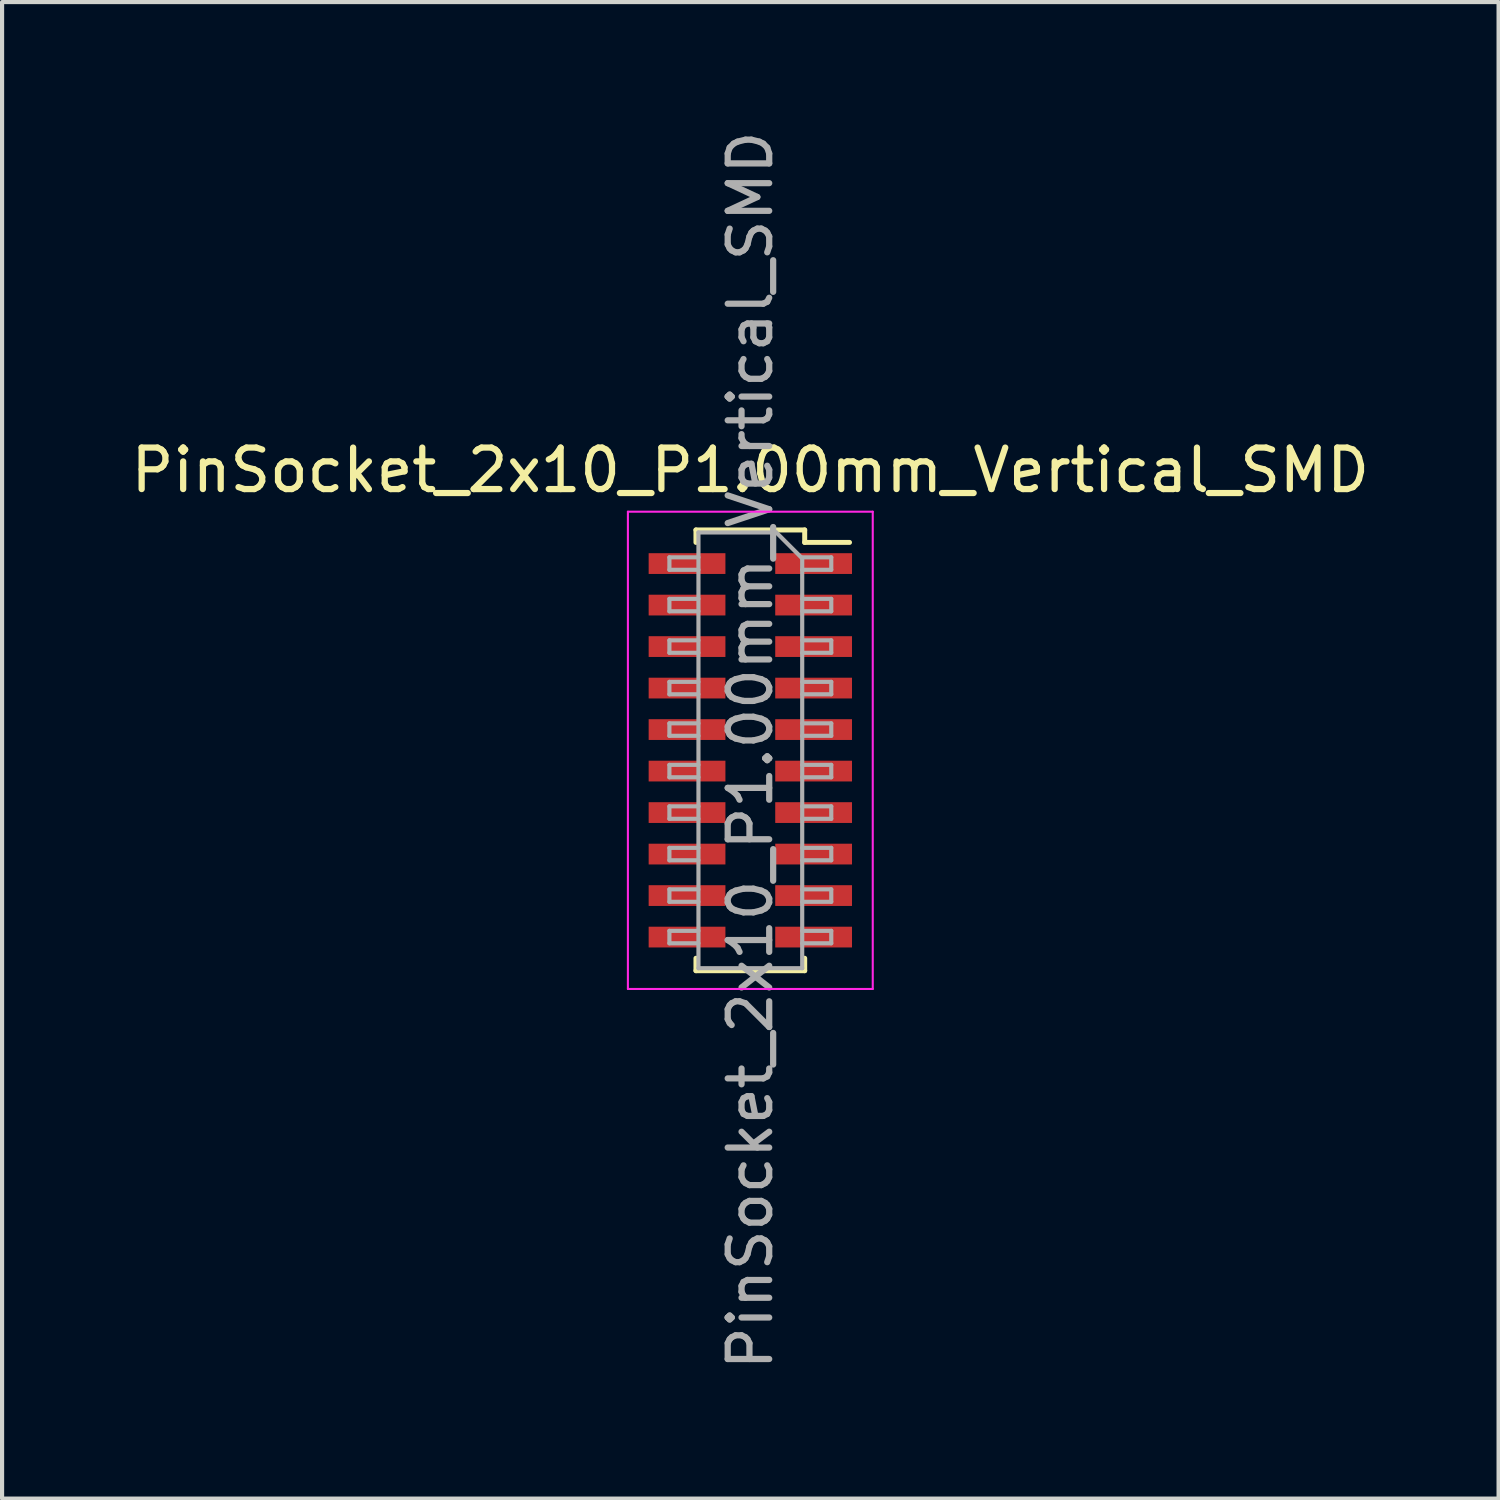
<source format=kicad_pcb>
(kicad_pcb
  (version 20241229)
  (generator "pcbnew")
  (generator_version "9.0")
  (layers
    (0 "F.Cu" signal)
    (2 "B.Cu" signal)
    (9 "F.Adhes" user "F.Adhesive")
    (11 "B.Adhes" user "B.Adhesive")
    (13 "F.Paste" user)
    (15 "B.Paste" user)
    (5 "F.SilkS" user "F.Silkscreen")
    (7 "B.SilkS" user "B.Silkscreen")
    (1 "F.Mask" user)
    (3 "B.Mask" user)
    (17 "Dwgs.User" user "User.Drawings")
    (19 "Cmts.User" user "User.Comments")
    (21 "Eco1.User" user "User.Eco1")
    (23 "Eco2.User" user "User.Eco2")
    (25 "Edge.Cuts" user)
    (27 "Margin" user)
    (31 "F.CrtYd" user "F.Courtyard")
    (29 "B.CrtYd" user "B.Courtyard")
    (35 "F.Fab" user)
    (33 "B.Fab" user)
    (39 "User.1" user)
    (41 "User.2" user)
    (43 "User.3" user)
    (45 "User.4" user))
  (footprint "PinSocket_2x10_P1.00mm_Vertical_SMD"
    (layer "F.Cu")
    (at 15.03 15.03)
    (property "Reference" "PinSocket_2x10_P1.00mm_Vertical_SMD" (at 0 -6.75 0) (layer "F.SilkS") (effects (font (size 1 1) (thickness 0.15))))
    (attr smd)
    (fp_line (start -1.31 -5.31) (end -1.31 -5.01) (stroke (width 0.12) (type solid)) (layer "F.SilkS"))
    (fp_line (start -1.31 -5.31) (end 1.31 -5.31) (stroke (width 0.12) (type solid)) (layer "F.SilkS"))
    (fp_line (start -1.31 5.01) (end -1.31 5.31) (stroke (width 0.12) (type solid)) (layer "F.SilkS"))
    (fp_line (start -1.31 5.31) (end 1.31 5.31) (stroke (width 0.12) (type solid)) (layer "F.SilkS"))
    (fp_line (start 1.31 -5.31) (end 1.31 -5.01) (stroke (width 0.12) (type solid)) (layer "F.SilkS"))
    (fp_line (start 1.31 -5.01) (end 2.39 -5.01) (stroke (width 0.12) (type solid)) (layer "F.SilkS"))
    (fp_line (start 1.31 5.01) (end 1.31 5.31) (stroke (width 0.12) (type solid)) (layer "F.SilkS"))
    (fp_line (start -2.95 -5.75) (end 2.95 -5.75) (stroke (width 0.05) (type solid)) (layer "F.CrtYd"))
    (fp_line (start -2.95 5.75) (end -2.95 -5.75) (stroke (width 0.05) (type solid)) (layer "F.CrtYd"))
    (fp_line (start 2.95 -5.75) (end 2.95 5.75) (stroke (width 0.05) (type solid)) (layer "F.CrtYd"))
    (fp_line (start 2.95 5.75) (end -2.95 5.75) (stroke (width 0.05) (type solid)) (layer "F.CrtYd"))
    (fp_line (start -1.95 -4.65) (end -1.25 -4.65) (stroke (width 0.1) (type solid)) (layer "F.Fab"))
    (fp_line (start -1.95 -4.35) (end -1.95 -4.65) (stroke (width 0.1) (type solid)) (layer "F.Fab"))
    (fp_line (start -1.95 -3.65) (end -1.25 -3.65) (stroke (width 0.1) (type solid)) (layer "F.Fab"))
    (fp_line (start -1.95 -3.35) (end -1.95 -3.65) (stroke (width 0.1) (type solid)) (layer "F.Fab"))
    (fp_line (start -1.95 -2.65) (end -1.25 -2.65) (stroke (width 0.1) (type solid)) (layer "F.Fab"))
    (fp_line (start -1.95 -2.35) (end -1.95 -2.65) (stroke (width 0.1) (type solid)) (layer "F.Fab"))
    (fp_line (start -1.95 -1.65) (end -1.25 -1.65) (stroke (width 0.1) (type solid)) (layer "F.Fab"))
    (fp_line (start -1.95 -1.35) (end -1.95 -1.65) (stroke (width 0.1) (type solid)) (layer "F.Fab"))
    (fp_line (start -1.95 -0.65) (end -1.25 -0.65) (stroke (width 0.1) (type solid)) (layer "F.Fab"))
    (fp_line (start -1.95 -0.35) (end -1.95 -0.65) (stroke (width 0.1) (type solid)) (layer "F.Fab"))
    (fp_line (start -1.95 0.35) (end -1.25 0.35) (stroke (width 0.1) (type solid)) (layer "F.Fab"))
    (fp_line (start -1.95 0.65) (end -1.95 0.35) (stroke (width 0.1) (type solid)) (layer "F.Fab"))
    (fp_line (start -1.95 1.35) (end -1.25 1.35) (stroke (width 0.1) (type solid)) (layer "F.Fab"))
    (fp_line (start -1.95 1.65) (end -1.95 1.35) (stroke (width 0.1) (type solid)) (layer "F.Fab"))
    (fp_line (start -1.95 2.35) (end -1.25 2.35) (stroke (width 0.1) (type solid)) (layer "F.Fab"))
    (fp_line (start -1.95 2.65) (end -1.95 2.35) (stroke (width 0.1) (type solid)) (layer "F.Fab"))
    (fp_line (start -1.95 3.35) (end -1.25 3.35) (stroke (width 0.1) (type solid)) (layer "F.Fab"))
    (fp_line (start -1.95 3.65) (end -1.95 3.35) (stroke (width 0.1) (type solid)) (layer "F.Fab"))
    (fp_line (start -1.95 4.35) (end -1.25 4.35) (stroke (width 0.1) (type solid)) (layer "F.Fab"))
    (fp_line (start -1.95 4.65) (end -1.95 4.35) (stroke (width 0.1) (type solid)) (layer "F.Fab"))
    (fp_line (start -1.25 -5.25) (end 0.625 -5.25) (stroke (width 0.1) (type solid)) (layer "F.Fab"))
    (fp_line (start -1.25 -4.35) (end -1.95 -4.35) (stroke (width 0.1) (type solid)) (layer "F.Fab"))
    (fp_line (start -1.25 -3.35) (end -1.95 -3.35) (stroke (width 0.1) (type solid)) (layer "F.Fab"))
    (fp_line (start -1.25 -2.35) (end -1.95 -2.35) (stroke (width 0.1) (type solid)) (layer "F.Fab"))
    (fp_line (start -1.25 -1.35) (end -1.95 -1.35) (stroke (width 0.1) (type solid)) (layer "F.Fab"))
    (fp_line (start -1.25 -0.35) (end -1.95 -0.35) (stroke (width 0.1) (type solid)) (layer "F.Fab"))
    (fp_line (start -1.25 0.65) (end -1.95 0.65) (stroke (width 0.1) (type solid)) (layer "F.Fab"))
    (fp_line (start -1.25 1.65) (end -1.95 1.65) (stroke (width 0.1) (type solid)) (layer "F.Fab"))
    (fp_line (start -1.25 2.65) (end -1.95 2.65) (stroke (width 0.1) (type solid)) (layer "F.Fab"))
    (fp_line (start -1.25 3.65) (end -1.95 3.65) (stroke (width 0.1) (type solid)) (layer "F.Fab"))
    (fp_line (start -1.25 4.65) (end -1.95 4.65) (stroke (width 0.1) (type solid)) (layer "F.Fab"))
    (fp_line (start -1.25 5.25) (end -1.25 -5.25) (stroke (width 0.1) (type solid)) (layer "F.Fab"))
    (fp_line (start 0.625 -5.25) (end 1.25 -4.625) (stroke (width 0.1) (type solid)) (layer "F.Fab"))
    (fp_line (start 1.25 -4.65) (end 1.95 -4.65) (stroke (width 0.1) (type solid)) (layer "F.Fab"))
    (fp_line (start 1.25 -4.625) (end 1.25 5.25) (stroke (width 0.1) (type solid)) (layer "F.Fab"))
    (fp_line (start 1.25 -3.65) (end 1.95 -3.65) (stroke (width 0.1) (type solid)) (layer "F.Fab"))
    (fp_line (start 1.25 -2.65) (end 1.95 -2.65) (stroke (width 0.1) (type solid)) (layer "F.Fab"))
    (fp_line (start 1.25 -1.65) (end 1.95 -1.65) (stroke (width 0.1) (type solid)) (layer "F.Fab"))
    (fp_line (start 1.25 -0.65) (end 1.95 -0.65) (stroke (width 0.1) (type solid)) (layer "F.Fab"))
    (fp_line (start 1.25 0.35) (end 1.95 0.35) (stroke (width 0.1) (type solid)) (layer "F.Fab"))
    (fp_line (start 1.25 1.35) (end 1.95 1.35) (stroke (width 0.1) (type solid)) (layer "F.Fab"))
    (fp_line (start 1.25 2.35) (end 1.95 2.35) (stroke (width 0.1) (type solid)) (layer "F.Fab"))
    (fp_line (start 1.25 3.35) (end 1.95 3.35) (stroke (width 0.1) (type solid)) (layer "F.Fab"))
    (fp_line (start 1.25 4.35) (end 1.95 4.35) (stroke (width 0.1) (type solid)) (layer "F.Fab"))
    (fp_line (start 1.25 5.25) (end -1.25 5.25) (stroke (width 0.1) (type solid)) (layer "F.Fab"))
    (fp_line (start 1.95 -4.65) (end 1.95 -4.35) (stroke (width 0.1) (type solid)) (layer "F.Fab"))
    (fp_line (start 1.95 -4.35) (end 1.25 -4.35) (stroke (width 0.1) (type solid)) (layer "F.Fab"))
    (fp_line (start 1.95 -3.65) (end 1.95 -3.35) (stroke (width 0.1) (type solid)) (layer "F.Fab"))
    (fp_line (start 1.95 -3.35) (end 1.25 -3.35) (stroke (width 0.1) (type solid)) (layer "F.Fab"))
    (fp_line (start 1.95 -2.65) (end 1.95 -2.35) (stroke (width 0.1) (type solid)) (layer "F.Fab"))
    (fp_line (start 1.95 -2.35) (end 1.25 -2.35) (stroke (width 0.1) (type solid)) (layer "F.Fab"))
    (fp_line (start 1.95 -1.65) (end 1.95 -1.35) (stroke (width 0.1) (type solid)) (layer "F.Fab"))
    (fp_line (start 1.95 -1.35) (end 1.25 -1.35) (stroke (width 0.1) (type solid)) (layer "F.Fab"))
    (fp_line (start 1.95 -0.65) (end 1.95 -0.35) (stroke (width 0.1) (type solid)) (layer "F.Fab"))
    (fp_line (start 1.95 -0.35) (end 1.25 -0.35) (stroke (width 0.1) (type solid)) (layer "F.Fab"))
    (fp_line (start 1.95 0.35) (end 1.95 0.65) (stroke (width 0.1) (type solid)) (layer "F.Fab"))
    (fp_line (start 1.95 0.65) (end 1.25 0.65) (stroke (width 0.1) (type solid)) (layer "F.Fab"))
    (fp_line (start 1.95 1.35) (end 1.95 1.65) (stroke (width 0.1) (type solid)) (layer "F.Fab"))
    (fp_line (start 1.95 1.65) (end 1.25 1.65) (stroke (width 0.1) (type solid)) (layer "F.Fab"))
    (fp_line (start 1.95 2.35) (end 1.95 2.65) (stroke (width 0.1) (type solid)) (layer "F.Fab"))
    (fp_line (start 1.95 2.65) (end 1.25 2.65) (stroke (width 0.1) (type solid)) (layer "F.Fab"))
    (fp_line (start 1.95 3.35) (end 1.95 3.65) (stroke (width 0.1) (type solid)) (layer "F.Fab"))
    (fp_line (start 1.95 3.65) (end 1.25 3.65) (stroke (width 0.1) (type solid)) (layer "F.Fab"))
    (fp_line (start 1.95 4.35) (end 1.95 4.65) (stroke (width 0.1) (type solid)) (layer "F.Fab"))
    (fp_line (start 1.95 4.65) (end 1.25 4.65) (stroke (width 0.1) (type solid)) (layer "F.Fab"))
    (fp_text user "${REFERENCE}" (at 0 0 90) (layer "F.Fab") (effects (font (size 1 1) (thickness 0.15))))
    (pad "1" smd rect (at 1.525 -4.5) (size 1.85 0.5) (layers "F.Cu" "F.Mask" "F.Paste"))
    (pad "2" smd rect (at -1.525 -4.5) (size 1.85 0.5) (layers "F.Cu" "F.Mask" "F.Paste"))
    (pad "3" smd rect (at 1.525 -3.5) (size 1.85 0.5) (layers "F.Cu" "F.Mask" "F.Paste"))
    (pad "4" smd rect (at -1.525 -3.5) (size 1.85 0.5) (layers "F.Cu" "F.Mask" "F.Paste"))
    (pad "5" smd rect (at 1.525 -2.5) (size 1.85 0.5) (layers "F.Cu" "F.Mask" "F.Paste"))
    (pad "6" smd rect (at -1.525 -2.5) (size 1.85 0.5) (layers "F.Cu" "F.Mask" "F.Paste"))
    (pad "7" smd rect (at 1.525 -1.5) (size 1.85 0.5) (layers "F.Cu" "F.Mask" "F.Paste"))
    (pad "8" smd rect (at -1.525 -1.5) (size 1.85 0.5) (layers "F.Cu" "F.Mask" "F.Paste"))
    (pad "9" smd rect (at 1.525 -0.5) (size 1.85 0.5) (layers "F.Cu" "F.Mask" "F.Paste"))
    (pad "10" smd rect (at -1.525 -0.5) (size 1.85 0.5) (layers "F.Cu" "F.Mask" "F.Paste"))
    (pad "11" smd rect (at 1.525 0.5) (size 1.85 0.5) (layers "F.Cu" "F.Mask" "F.Paste"))
    (pad "12" smd rect (at -1.525 0.5) (size 1.85 0.5) (layers "F.Cu" "F.Mask" "F.Paste"))
    (pad "13" smd rect (at 1.525 1.5) (size 1.85 0.5) (layers "F.Cu" "F.Mask" "F.Paste"))
    (pad "14" smd rect (at -1.525 1.5) (size 1.85 0.5) (layers "F.Cu" "F.Mask" "F.Paste"))
    (pad "15" smd rect (at 1.525 2.5) (size 1.85 0.5) (layers "F.Cu" "F.Mask" "F.Paste"))
    (pad "16" smd rect (at -1.525 2.5) (size 1.85 0.5) (layers "F.Cu" "F.Mask" "F.Paste"))
    (pad "17" smd rect (at 1.525 3.5) (size 1.85 0.5) (layers "F.Cu" "F.Mask" "F.Paste"))
    (pad "18" smd rect (at -1.525 3.5) (size 1.85 0.5) (layers "F.Cu" "F.Mask" "F.Paste"))
    (pad "19" smd rect (at 1.525 4.5) (size 1.85 0.5) (layers "F.Cu" "F.Mask" "F.Paste"))
    (pad "20" smd rect (at -1.525 4.5) (size 1.85 0.5) (layers "F.Cu" "F.Mask" "F.Paste")))
  (gr_rect
    (start -3 -3)
    (end 33.06 33.06)
    (stroke (width 0.1) (type default))
    (fill no)
    (layer "Edge.Cuts")))
</source>
